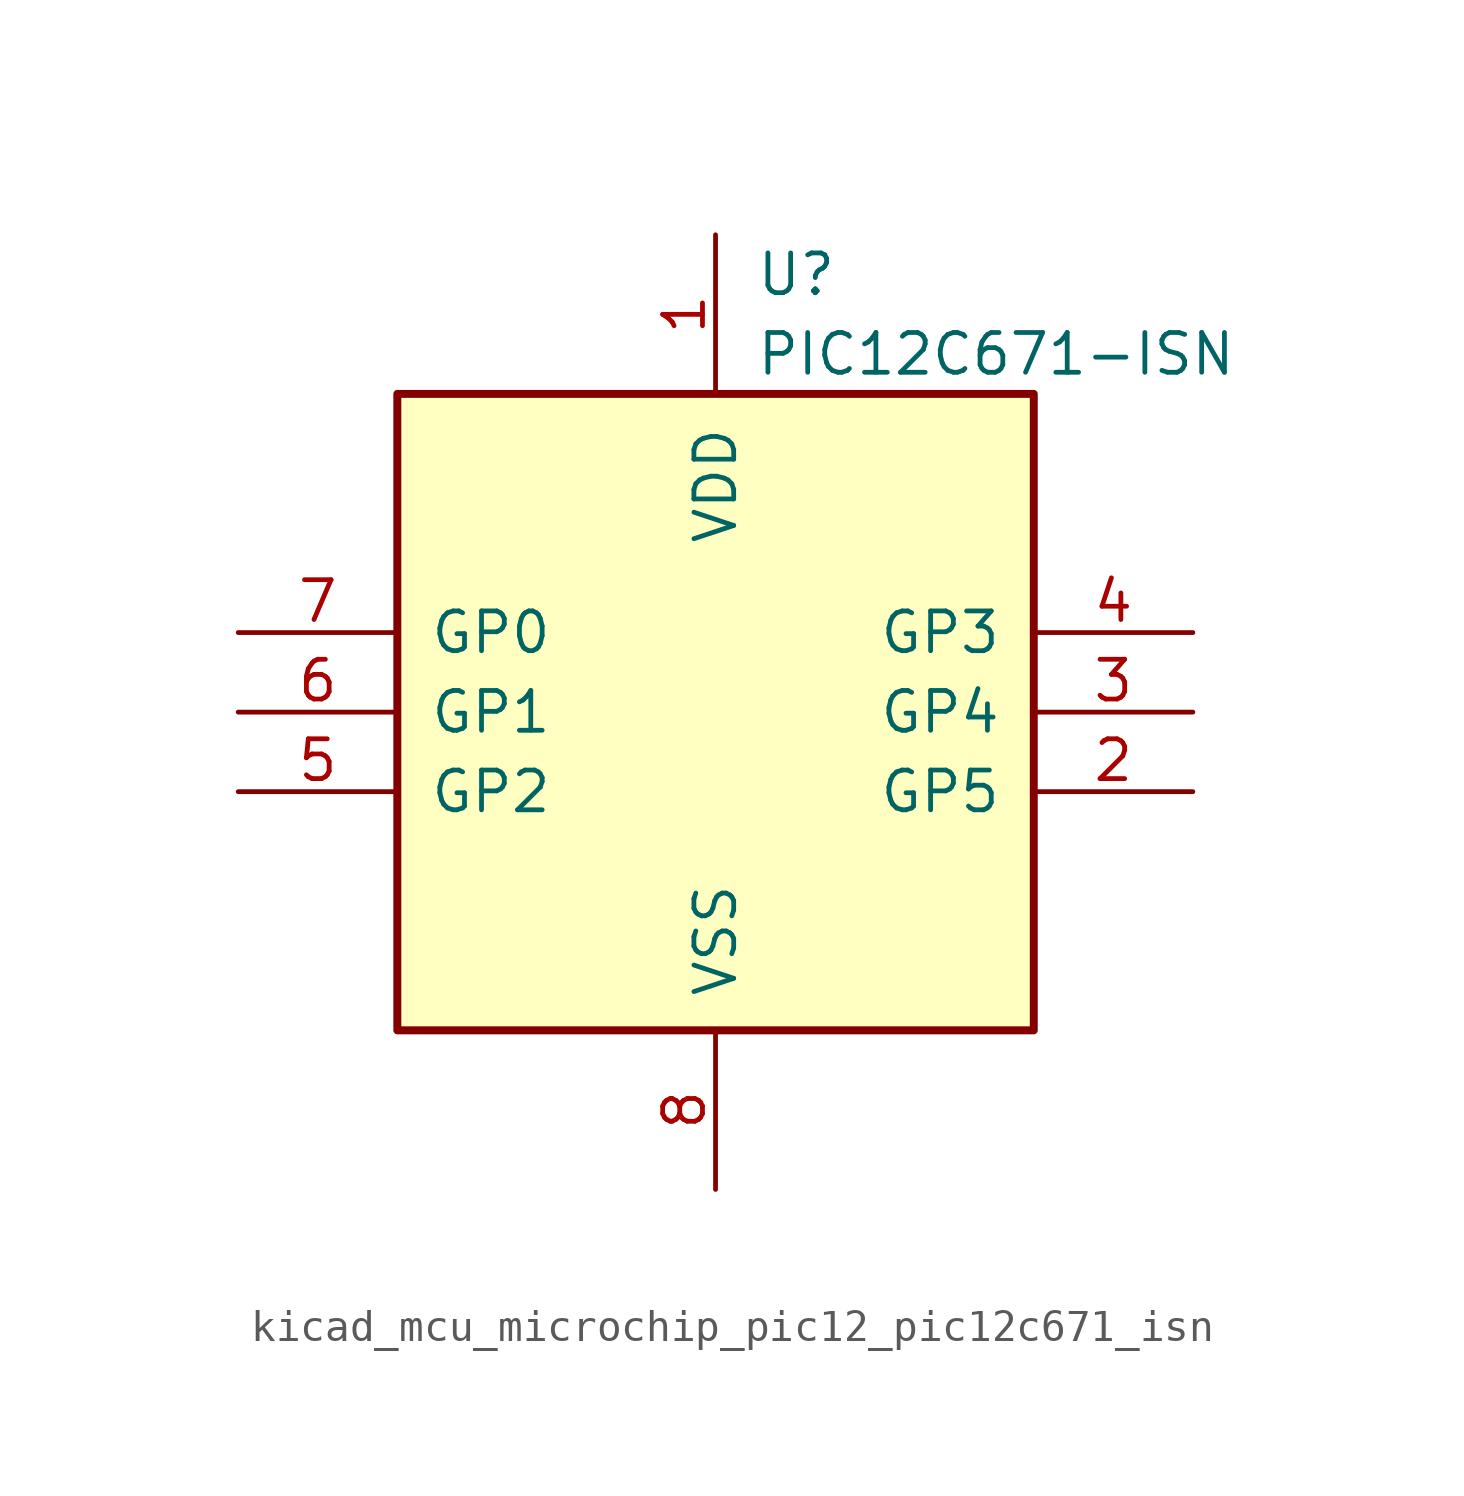
<source format=kicad_sym>
(kicad_symbol_lib
  (version 20220914)
  (generator kicad_symbol_editor)
  (symbol "kicad_mcu_microchip_pic12_pic12c671_isn"
    (pin_names
      (offset 1.016))
    (property "Reference" "U"
      (at 1.27 13.97 0)
      (effects (font (size 1.27 1.27)) (justify left)))
    (property "Value" "PIC12C671-ISN"
      (at 1.27 11.43 0)
      (effects (font (size 1.27 1.27)) (justify left)))
    (symbol "kicad_mcu_microchip_pic12_pic12c671_isn_0_1"
      (rectangle (start 10.16 -10.16) (end -10.16 10.16) (stroke (width 0.254) (type default)) (fill (type background))))
    (symbol "kicad_mcu_microchip_pic12_pic12c671_isn_1_1"
      (pin power_in line (at 0 15.24 270) (length 5.08) (name "VDD" (effects (font (size 1.27 1.27)))) (number "1" (effects (font (size 1.27 1.27)))))
      (pin bidirectional line (at 15.24 -2.54 180) (length 5.08) (name "GP5" (effects (font (size 1.27 1.27)))) (number "2" (effects (font (size 1.27 1.27)))))
      (pin bidirectional line (at 15.24 0 180) (length 5.08) (name "GP4" (effects (font (size 1.27 1.27)))) (number "3" (effects (font (size 1.27 1.27)))))
      (pin input line (at 15.24 2.54 180) (length 5.08) (name "GP3" (effects (font (size 1.27 1.27)))) (number "4" (effects (font (size 1.27 1.27)))))
      (pin bidirectional line (at -15.24 -2.54 0) (length 5.08) (name "GP2" (effects (font (size 1.27 1.27)))) (number "5" (effects (font (size 1.27 1.27)))))
      (pin bidirectional line (at -15.24 0 0) (length 5.08) (name "GP1" (effects (font (size 1.27 1.27)))) (number "6" (effects (font (size 1.27 1.27)))))
      (pin bidirectional line (at -15.24 2.54 0) (length 5.08) (name "GP0" (effects (font (size 1.27 1.27)))) (number "7" (effects (font (size 1.27 1.27)))))
      (pin power_in line (at 0 -15.24 90) (length 5.08) (name "VSS" (effects (font (size 1.27 1.27)))) (number "8" (effects (font (size 1.27 1.27))))))))
</source>
